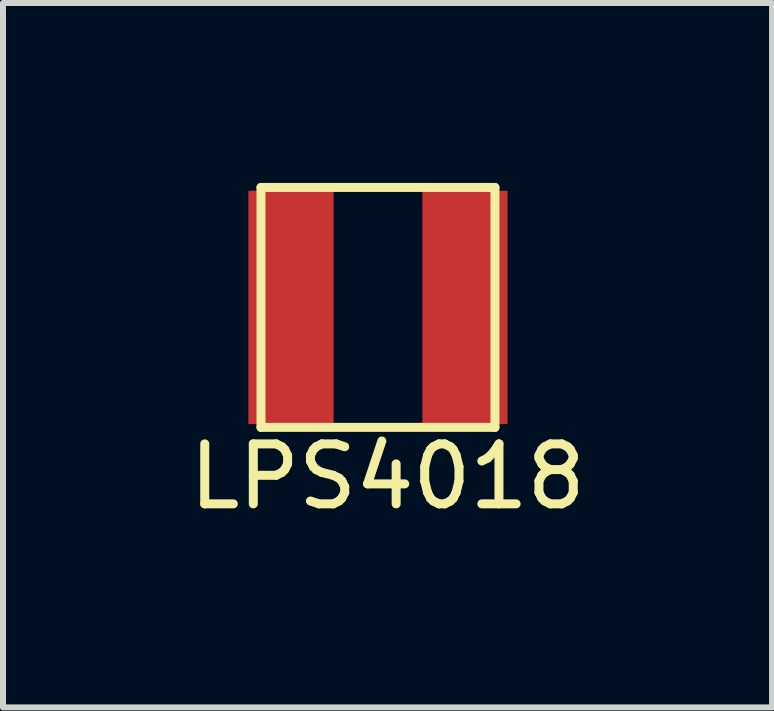
<source format=kicad_pcb>
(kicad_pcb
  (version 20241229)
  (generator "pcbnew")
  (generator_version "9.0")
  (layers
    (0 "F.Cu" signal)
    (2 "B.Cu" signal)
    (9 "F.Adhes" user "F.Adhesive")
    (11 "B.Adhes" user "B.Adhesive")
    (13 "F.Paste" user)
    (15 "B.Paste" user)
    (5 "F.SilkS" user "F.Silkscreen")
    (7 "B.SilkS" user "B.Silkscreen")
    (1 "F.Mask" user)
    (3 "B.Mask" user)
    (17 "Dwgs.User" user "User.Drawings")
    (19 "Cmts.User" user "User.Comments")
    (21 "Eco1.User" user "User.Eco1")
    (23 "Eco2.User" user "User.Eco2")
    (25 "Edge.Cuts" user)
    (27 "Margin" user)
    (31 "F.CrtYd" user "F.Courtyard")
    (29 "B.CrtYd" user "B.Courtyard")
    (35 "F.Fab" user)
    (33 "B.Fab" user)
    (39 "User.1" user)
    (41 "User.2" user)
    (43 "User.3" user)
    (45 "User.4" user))
  (footprint "LPS4018"
    (layer "F.Cu")
    (at 1.801 2.075)
    (property "Reference" "LPS4018" (at 1.61 2.82 0) (layer "F.SilkS") (effects (font (size 1 1) (thickness 0.15))))
    (attr through_hole)
    (fp_line (start -0.5 -2) (end -0.5 2) (stroke (width 0.15) (type solid)) (layer "F.SilkS"))
    (fp_line (start -0.5 -2) (end 3.4 -2) (stroke (width 0.15) (type solid)) (layer "F.SilkS"))
    (fp_line (start 3.4 2) (end -0.5 2) (stroke (width 0.15) (type solid)) (layer "F.SilkS"))
    (fp_line (start 3.4 2) (end 3.4 -2) (stroke (width 0.15) (type solid)) (layer "F.SilkS"))
    (pad "1" smd trapezoid (at 0 0) (size 1.42 3.89) (layers "F.Cu" "F.Mask" "F.Paste"))
    (pad "2" smd trapezoid (at 2.9 0) (size 1.42 3.89) (layers "F.Cu" "F.Mask" "F.Paste")))
  (gr_rect
    (start -3 -3)
    (end 9.821 8.743)
    (stroke (width 0.1) (type default))
    (fill no)
    (layer "Edge.Cuts")))
</source>
